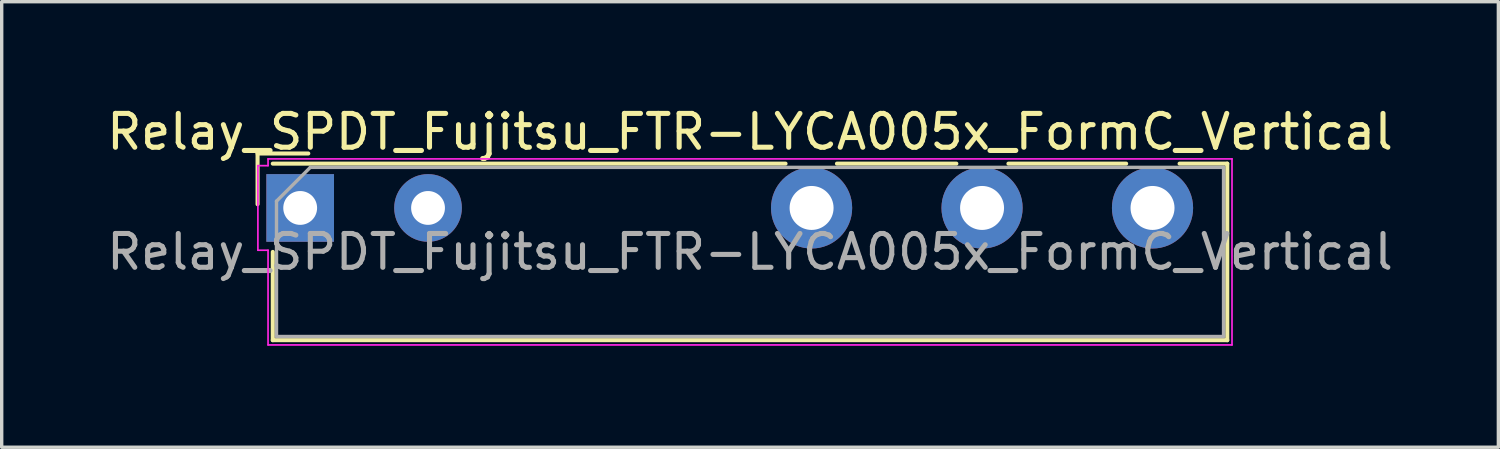
<source format=kicad_pcb>
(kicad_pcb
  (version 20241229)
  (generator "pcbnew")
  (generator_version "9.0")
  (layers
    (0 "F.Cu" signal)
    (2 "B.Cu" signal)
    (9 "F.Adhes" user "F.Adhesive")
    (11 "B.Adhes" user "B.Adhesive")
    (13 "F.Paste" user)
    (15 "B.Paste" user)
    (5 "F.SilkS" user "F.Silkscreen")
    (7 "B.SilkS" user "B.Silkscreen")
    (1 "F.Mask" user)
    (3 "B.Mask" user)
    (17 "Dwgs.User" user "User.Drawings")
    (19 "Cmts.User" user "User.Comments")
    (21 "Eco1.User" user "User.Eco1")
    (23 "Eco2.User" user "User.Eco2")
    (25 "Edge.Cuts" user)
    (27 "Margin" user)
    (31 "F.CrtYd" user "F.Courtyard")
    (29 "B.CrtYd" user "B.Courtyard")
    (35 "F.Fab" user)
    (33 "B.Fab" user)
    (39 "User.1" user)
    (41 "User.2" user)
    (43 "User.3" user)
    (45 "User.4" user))
  (footprint "Relay_SPDT_Fujitsu_FTR-LYCA005x_FormC_Vertical"
    (layer "F.Cu")
    (at 5.825 3.098)
    (property "Reference" "Relay_SPDT_Fujitsu_FTR-LYCA005x_FormC_Vertical" (at 13.3 -2.25 0) (layer "F.SilkS") (effects (font (size 1 1) (thickness 0.15))))
    (attr through_hole)
    (private_layers "User.6")
    (fp_line (start -1.26 -1.61) (end 0.24 -1.61) (stroke (width 0.12) (type solid)) (layer "F.SilkS"))
    (fp_line (start -1.26 -0.11) (end -1.26 -1.61) (stroke (width 0.12) (type solid)) (layer "F.SilkS"))
    (fp_line (start -0.81 3.91) (end -0.81 1.3) (stroke (width 0.12) (type solid)) (layer "F.SilkS"))
    (fp_line (start -0.81 3.91) (end 27.41 3.91) (stroke (width 0.12) (type solid)) (layer "F.SilkS"))
    (fp_line (start 14.35 -1.31) (end -0.81 -1.31) (stroke (width 0.12) (type solid)) (layer "F.SilkS"))
    (fp_line (start 15.87 -1.31) (end 19.4 -1.31) (stroke (width 0.12) (type solid)) (layer "F.SilkS"))
    (fp_line (start 20.94 -1.31) (end 24.42 -1.31) (stroke (width 0.12) (type solid)) (layer "F.SilkS"))
    (fp_line (start 26 -1.31) (end 27.41 -1.31) (stroke (width 0.12) (type solid)) (layer "F.SilkS"))
    (fp_line (start 27.41 3.91) (end 27.41 -1.31) (stroke (width 0.12) (type solid)) (layer "F.SilkS"))
    (fp_line (start -1.25 -1.25) (end -0.95 -1.25) (stroke (width 0.05) (type solid)) (layer "F.CrtYd"))
    (fp_line (start -1.25 1.25) (end -1.25 -1.25) (stroke (width 0.05) (type solid)) (layer "F.CrtYd"))
    (fp_line (start -1.25 1.25) (end -0.95 1.25) (stroke (width 0.05) (type solid)) (layer "F.CrtYd"))
    (fp_line (start -0.95 -1.45) (end 27.55 -1.45) (stroke (width 0.05) (type solid)) (layer "F.CrtYd"))
    (fp_line (start -0.95 -1.25) (end -0.95 -1.45) (stroke (width 0.05) (type solid)) (layer "F.CrtYd"))
    (fp_line (start -0.95 4.05) (end -0.95 1.25) (stroke (width 0.05) (type solid)) (layer "F.CrtYd"))
    (fp_line (start 27.55 -1.45) (end 27.55 4.05) (stroke (width 0.05) (type solid)) (layer "F.CrtYd"))
    (fp_line (start 27.55 4.05) (end -0.95 4.05) (stroke (width 0.05) (type solid)) (layer "F.CrtYd"))
    (fp_line (start -0.7 -0.2) (end -0.7 3.8) (stroke (width 0.1) (type solid)) (layer "F.Fab"))
    (fp_line (start -0.7 3.8) (end 27.3 3.8) (stroke (width 0.1) (type solid)) (layer "F.Fab"))
    (fp_line (start 0.3 -1.2) (end -0.7 -0.2) (stroke (width 0.1) (type solid)) (layer "F.Fab"))
    (fp_line (start 27.3 -1.2) (end 0.3 -1.2) (stroke (width 0.1) (type solid)) (layer "F.Fab"))
    (fp_line (start 27.3 3.8) (end 27.3 -1.2) (stroke (width 0.1) (type solid)) (layer "F.Fab"))
    (fp_text user "${REFERENCE}" (at 13.3 1.3 0) (unlocked yes) (layer "F.Fab") (effects (font (size 1 1) (thickness 0.15))))
    (pad "11" thru_hole circle (at 20.16 0) (size 2.4 2.4) (drill 1.3) (layers "*.Cu" "*.Mask"))
    (pad "12" thru_hole circle (at 15.12 0) (size 2.4 2.4) (drill 1.3) (layers "*.Cu" "*.Mask"))
    (pad "14" thru_hole circle (at 25.2 0) (size 2.4 2.4) (drill 1.3) (layers "*.Cu" "*.Mask"))
    (pad "A1" thru_hole rect (at 0 0) (size 2 2) (drill 1) (layers "*.Cu" "*.Mask"))
    (pad "A2" thru_hole circle (at 3.78 0) (size 2 2) (drill 1) (layers "*.Cu" "*.Mask")))
  (gr_rect
    (start -3 -3)
    (end 41.25 10.173)
    (stroke (width 0.1) (type default))
    (fill no)
    (layer "Edge.Cuts")))
</source>
